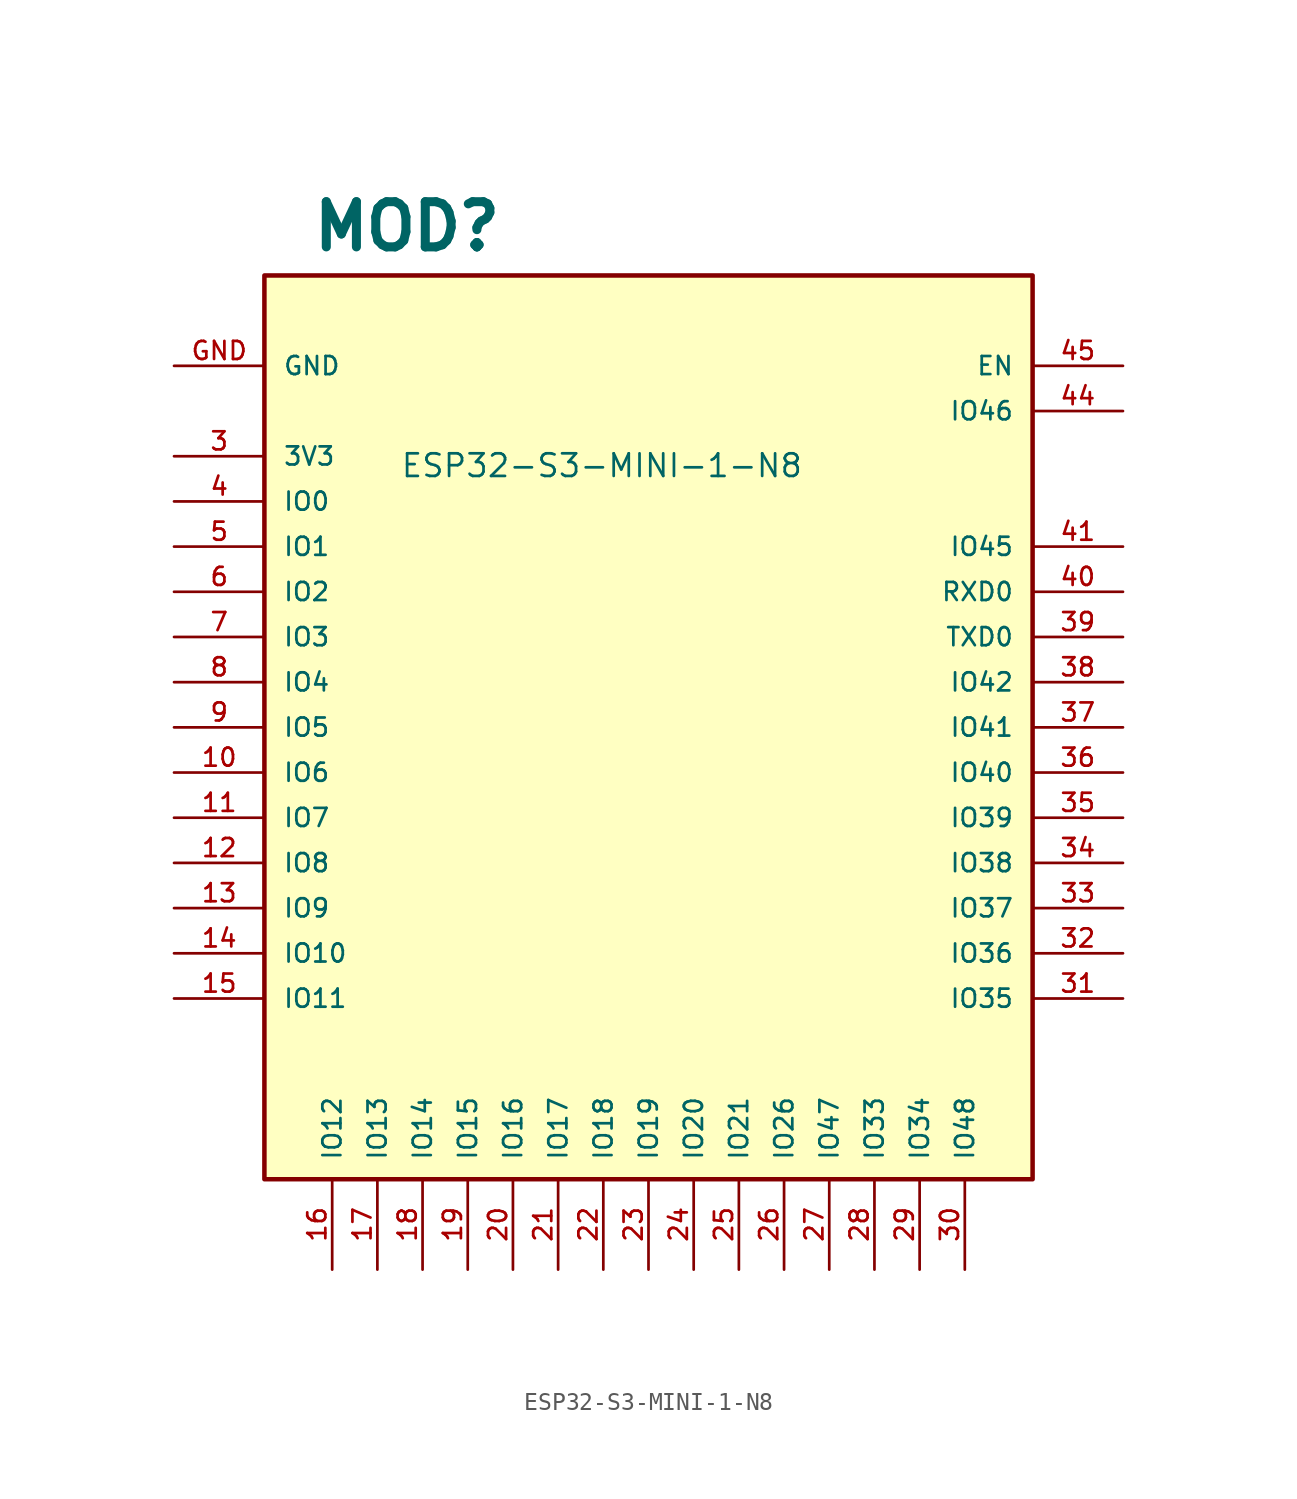
<source format=kicad_sym>
(kicad_symbol_lib
  (version 20220914)
  (generator kicad_symbol_editor)
  (symbol "ESP32-S3-MINI-1-N8"
    (pin_names
      (offset 1.016))
    (property "Reference" "MOD"
      (at -19.05 24.13 0)
      (effects (font (size 2.54 2.54) bold) (justify left bottom)))
    (property "Value" "ESP32-S3-MINI-1-N8"
      (at -13.97 11.43 0)
      (effects (font (size 1.27 1.27)) (justify left bottom)))
    (symbol "ESP32-S3-MINI-1-N8_0_0"
      (rectangle (start -21.59 22.86) (end 21.59 -27.94) (stroke (width 0.254) (type default)) (fill (type background)))
      (pin bidirectional line (at -26.67 -5.08 0) (length 5.08) (name "IO6" (effects (font (size 1.016 1.016)))) (number "10" (effects (font (size 1.016 1.016)))))
      (pin bidirectional line (at -26.67 -7.62 0) (length 5.08) (name "IO7" (effects (font (size 1.016 1.016)))) (number "11" (effects (font (size 1.016 1.016)))))
      (pin bidirectional line (at -26.67 -10.16 0) (length 5.08) (name "IO8" (effects (font (size 1.016 1.016)))) (number "12" (effects (font (size 1.016 1.016)))))
      (pin bidirectional line (at -26.67 -12.7 0) (length 5.08) (name "IO9" (effects (font (size 1.016 1.016)))) (number "13" (effects (font (size 1.016 1.016)))))
      (pin bidirectional line (at -26.67 -15.24 0) (length 5.08) (name "IO10" (effects (font (size 1.016 1.016)))) (number "14" (effects (font (size 1.016 1.016)))))
      (pin bidirectional line (at -26.67 -17.78 0) (length 5.08) (name "IO11" (effects (font (size 1.016 1.016)))) (number "15" (effects (font (size 1.016 1.016)))))
      (pin bidirectional line (at -17.78 -33.02 90) (length 5.08) (name "IO12" (effects (font (size 1.016 1.016)))) (number "16" (effects (font (size 1.016 1.016)))))
      (pin bidirectional line (at -15.24 -33.02 90) (length 5.08) (name "IO13" (effects (font (size 1.016 1.016)))) (number "17" (effects (font (size 1.016 1.016)))))
      (pin bidirectional line (at -12.7 -33.02 90) (length 5.08) (name "IO14" (effects (font (size 1.016 1.016)))) (number "18" (effects (font (size 1.016 1.016)))))
      (pin bidirectional line (at -10.16 -33.02 90) (length 5.08) (name "IO15" (effects (font (size 1.016 1.016)))) (number "19" (effects (font (size 1.016 1.016)))))
      (pin bidirectional line (at -7.62 -33.02 90) (length 5.08) (name "IO16" (effects (font (size 1.016 1.016)))) (number "20" (effects (font (size 1.016 1.016)))))
      (pin bidirectional line (at -5.08 -33.02 90) (length 5.08) (name "IO17" (effects (font (size 1.016 1.016)))) (number "21" (effects (font (size 1.016 1.016)))))
      (pin bidirectional line (at -2.54 -33.02 90) (length 5.08) (name "IO18" (effects (font (size 1.016 1.016)))) (number "22" (effects (font (size 1.016 1.016)))))
      (pin bidirectional line (at 0 -33.02 90) (length 5.08) (name "IO19" (effects (font (size 1.016 1.016)))) (number "23" (effects (font (size 1.016 1.016)))))
      (pin bidirectional line (at 2.54 -33.02 90) (length 5.08) (name "IO20" (effects (font (size 1.016 1.016)))) (number "24" (effects (font (size 1.016 1.016)))))
      (pin bidirectional line (at 5.08 -33.02 90) (length 5.08) (name "IO21" (effects (font (size 1.016 1.016)))) (number "25" (effects (font (size 1.016 1.016)))))
      (pin bidirectional line (at 7.62 -33.02 90) (length 5.08) (name "IO26" (effects (font (size 1.016 1.016)))) (number "26" (effects (font (size 1.016 1.016)))))
      (pin bidirectional line (at 10.16 -33.02 90) (length 5.08) (name "IO47" (effects (font (size 1.016 1.016)))) (number "27" (effects (font (size 1.016 1.016)))))
      (pin bidirectional line (at 12.7 -33.02 90) (length 5.08) (name "IO33" (effects (font (size 1.016 1.016)))) (number "28" (effects (font (size 1.016 1.016)))))
      (pin bidirectional line (at 15.24 -33.02 90) (length 5.08) (name "IO34" (effects (font (size 1.016 1.016)))) (number "29" (effects (font (size 1.016 1.016)))))
      (pin power_in line (at -26.67 12.7 0) (length 5.08) (name "3V3" (effects (font (size 1.016 1.016)))) (number "3" (effects (font (size 1.016 1.016)))))
      (pin bidirectional line (at 17.78 -33.02 90) (length 5.08) (name "IO48" (effects (font (size 1.016 1.016)))) (number "30" (effects (font (size 1.016 1.016)))))
      (pin bidirectional line (at 26.67 -17.78 180) (length 5.08) (name "IO35" (effects (font (size 1.016 1.016)))) (number "31" (effects (font (size 1.016 1.016)))))
      (pin bidirectional line (at 26.67 -15.24 180) (length 5.08) (name "IO36" (effects (font (size 1.016 1.016)))) (number "32" (effects (font (size 1.016 1.016)))))
      (pin bidirectional line (at 26.67 -12.7 180) (length 5.08) (name "IO37" (effects (font (size 1.016 1.016)))) (number "33" (effects (font (size 1.016 1.016)))))
      (pin bidirectional line (at 26.67 -10.16 180) (length 5.08) (name "IO38" (effects (font (size 1.016 1.016)))) (number "34" (effects (font (size 1.016 1.016)))))
      (pin bidirectional line (at 26.67 -7.62 180) (length 5.08) (name "IO39" (effects (font (size 1.016 1.016)))) (number "35" (effects (font (size 1.016 1.016)))))
      (pin bidirectional line (at 26.67 -5.08 180) (length 5.08) (name "IO40" (effects (font (size 1.016 1.016)))) (number "36" (effects (font (size 1.016 1.016)))))
      (pin bidirectional line (at 26.67 -2.54 180) (length 5.08) (name "IO41" (effects (font (size 1.016 1.016)))) (number "37" (effects (font (size 1.016 1.016)))))
      (pin bidirectional line (at 26.67 0 180) (length 5.08) (name "IO42" (effects (font (size 1.016 1.016)))) (number "38" (effects (font (size 1.016 1.016)))))
      (pin bidirectional line (at 26.67 2.54 180) (length 5.08) (name "TXD0" (effects (font (size 1.016 1.016)))) (number "39" (effects (font (size 1.016 1.016)))))
      (pin bidirectional line (at -26.67 10.16 0) (length 5.08) (name "IO0" (effects (font (size 1.016 1.016)))) (number "4" (effects (font (size 1.016 1.016)))))
      (pin bidirectional line (at 26.67 5.08 180) (length 5.08) (name "RXD0" (effects (font (size 1.016 1.016)))) (number "40" (effects (font (size 1.016 1.016)))))
      (pin bidirectional line (at 26.67 7.62 180) (length 5.08) (name "IO45" (effects (font (size 1.016 1.016)))) (number "41" (effects (font (size 1.016 1.016)))))
      (pin bidirectional line (at 26.67 15.24 180) (length 5.08) (name "IO46" (effects (font (size 1.016 1.016)))) (number "44" (effects (font (size 1.016 1.016)))))
      (pin input line (at 26.67 17.78 180) (length 5.08) (name "EN" (effects (font (size 1.016 1.016)))) (number "45" (effects (font (size 1.016 1.016)))))
      (pin bidirectional line (at -26.67 7.62 0) (length 5.08) (name "IO1" (effects (font (size 1.016 1.016)))) (number "5" (effects (font (size 1.016 1.016)))))
      (pin bidirectional line (at -26.67 5.08 0) (length 5.08) (name "IO2" (effects (font (size 1.016 1.016)))) (number "6" (effects (font (size 1.016 1.016)))))
      (pin bidirectional line (at -26.67 2.54 0) (length 5.08) (name "IO3" (effects (font (size 1.016 1.016)))) (number "7" (effects (font (size 1.016 1.016)))))
      (pin bidirectional line (at -26.67 0 0) (length 5.08) (name "IO4" (effects (font (size 1.016 1.016)))) (number "8" (effects (font (size 1.016 1.016)))))
      (pin bidirectional line (at -26.67 -2.54 0) (length 5.08) (name "IO5" (effects (font (size 1.016 1.016)))) (number "9" (effects (font (size 1.016 1.016))))))
    (symbol "ESP32-S3-MINI-1-N8_1_0"
      (pin power_in line (at -26.67 17.78 0) (length 5.08) (name "GND" (effects (font (size 1.016 1.016)))) (number "GND" (effects (font (size 1.016 1.016))))))))
</source>
